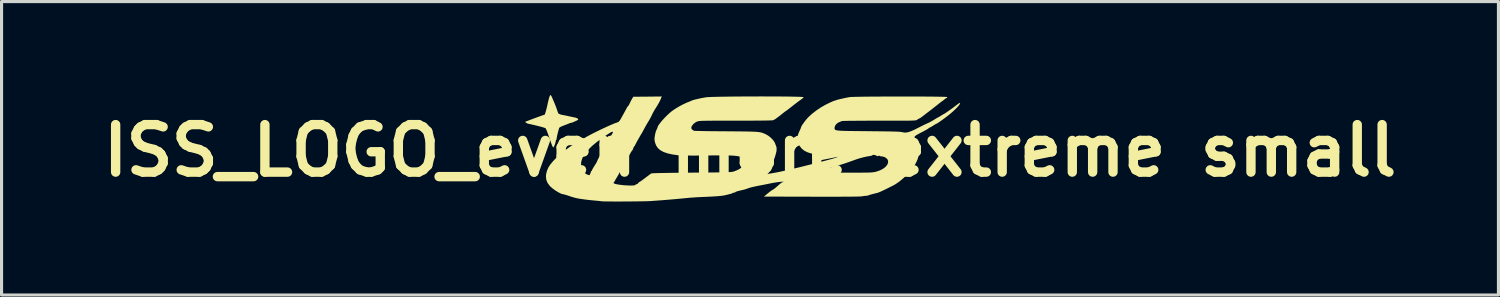
<source format=kicad_pcb>
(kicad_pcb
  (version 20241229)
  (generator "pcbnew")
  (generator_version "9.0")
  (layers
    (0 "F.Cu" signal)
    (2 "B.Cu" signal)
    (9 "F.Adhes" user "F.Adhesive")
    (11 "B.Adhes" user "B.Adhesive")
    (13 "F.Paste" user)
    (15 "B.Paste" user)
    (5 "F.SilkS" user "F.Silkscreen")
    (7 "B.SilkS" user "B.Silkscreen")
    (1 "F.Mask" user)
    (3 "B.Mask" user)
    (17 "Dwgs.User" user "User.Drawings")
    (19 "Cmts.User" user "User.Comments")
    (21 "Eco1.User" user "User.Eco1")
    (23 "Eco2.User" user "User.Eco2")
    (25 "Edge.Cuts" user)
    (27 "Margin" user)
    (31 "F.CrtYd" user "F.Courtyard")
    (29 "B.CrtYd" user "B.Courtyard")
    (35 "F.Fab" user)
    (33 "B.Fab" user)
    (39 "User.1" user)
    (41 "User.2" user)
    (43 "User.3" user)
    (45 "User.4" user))
  (footprint "ISS_LOGO_even more extreme small"
    (layer "F.Cu")
    (at 21.017 1.783)
    (property "Reference" "ISS_LOGO_even more extreme small" (at 0 0 0) (layer "F.SilkS") (effects (font (size 1.524 1.524) (thickness 0.3))))
    (attr board_only exclude_from_pos_files exclude_from_bom)
    (fp_poly (pts (xy -6.39 -1.773) (xy -6.367 -1.739) (xy -6.353 -1.708) (xy -6.33 -1.654) (xy -6.311 -1.609) (xy -6.304 -1.593) (xy -6.266 -1.504) (xy -6.235 -1.426) (xy -6.204 -1.341) (xy -6.196 -1.316) (xy -6.175 -1.257) (xy -6.158 -1.213) (xy -6.149 -1.19) (xy -6.148 -1.189) (xy -6.087 -1.163) (xy -6.041 -1.148) (xy -6 -1.141) (xy -5.953 -1.133) (xy -5.888 -1.12) (xy -5.823 -1.105) (xy -5.754 -1.09) (xy -5.69 -1.076) (xy -5.646 -1.068) (xy -5.582 -1.053) (xy -5.535 -1.032) (xy -5.512 -1.008) (xy -5.511 -1.003) (xy -5.526 -0.985) (xy -5.562 -0.963) (xy -5.583 -0.953) (xy -5.634 -0.932) (xy -5.674 -0.913) (xy -5.684 -0.908) (xy -5.722 -0.895) (xy -5.739 -0.893) (xy -5.776 -0.885) (xy -5.794 -0.877) (xy -5.822 -0.865) (xy -5.874 -0.844) (xy -5.939 -0.82) (xy -5.97 -0.808) (xy -6.043 -0.779) (xy -6.095 -0.752) (xy -6.123 -0.731) (xy -6.125 -0.727) (xy -6.147 -0.65) (xy -6.168 -0.57) (xy -6.185 -0.496) (xy -6.198 -0.436) (xy -6.202 -0.399) (xy -6.203 -0.397) (xy -6.209 -0.362) (xy -6.219 -0.346) (xy -6.233 -0.322) (xy -6.236 -0.295) (xy -6.242 -0.262) (xy -6.256 -0.216) (xy -6.274 -0.167) (xy -6.293 -0.126) (xy -6.307 -0.103) (xy -6.311 -0.101) (xy -6.324 -0.114) (xy -6.34 -0.139) (xy -6.352 -0.168) (xy -6.373 -0.222) (xy -6.4 -0.295) (xy -6.43 -0.381) (xy -6.448 -0.436) (xy -6.479 -0.525) (xy -6.509 -0.604) (xy -6.534 -0.666) (xy -6.552 -0.706) (xy -6.559 -0.717) (xy -6.583 -0.728) (xy -6.634 -0.745) (xy -6.707 -0.766) (xy -6.797 -0.789) (xy -6.897 -0.814) (xy -7.002 -0.838) (xy -7.102 -0.859) (xy -7.151 -0.875) (xy -7.189 -0.895) (xy -7.193 -0.899) (xy -7.21 -0.921) (xy -7.2 -0.932) (xy -7.187 -0.936) (xy -7.143 -0.952) (xy -7.121 -0.96) (xy -7.042 -0.991) (xy -6.971 -1.018) (xy -6.895 -1.046) (xy -6.803 -1.08) (xy -6.768 -1.092) (xy -6.584 -1.158) (xy -6.556 -1.249) (xy -6.536 -1.32) (xy -6.516 -1.4) (xy -6.507 -1.441) (xy -6.48 -1.563) (xy -6.456 -1.661) (xy -6.435 -1.731) (xy -6.417 -1.773) (xy -6.407 -1.783)) (stroke (width 0) (type solid)) (fill yes) (layer "F.SilkS"))
    (fp_poly (pts (xy 0.556 -1.738) (xy 0.746 -1.738) (xy 0.927 -1.737) (xy 1.096 -1.736) (xy 1.251 -1.734) (xy 1.389 -1.731) (xy 1.506 -1.729) (xy 1.601 -1.726) (xy 1.669 -1.722) (xy 1.709 -1.718) (xy 1.719 -1.715) (xy 1.706 -1.695) (xy 1.671 -1.664) (xy 1.631 -1.635) (xy 1.584 -1.601) (xy 1.519 -1.553) (xy 1.445 -1.496) (xy 1.369 -1.437) (xy 1.366 -1.435) (xy 1.297 -1.38) (xy 1.233 -1.331) (xy 1.182 -1.292) (xy 1.149 -1.269) (xy 1.146 -1.267) (xy 1.106 -1.24) (xy 1.079 -1.219) (xy 1.03 -1.179) (xy 0.973 -1.133) (xy 0.914 -1.088) (xy 0.858 -1.046) (xy 0.814 -1.014) (xy 0.786 -0.997) (xy 0.78 -0.994) (xy 0.756 -0.984) (xy 0.748 -0.977) (xy 0.727 -0.973) (xy 0.672 -0.97) (xy 0.584 -0.967) (xy 0.462 -0.965) (xy 0.307 -0.963) (xy 0.118 -0.962) (xy -0.105 -0.961) (xy -0.361 -0.96) (xy -0.451 -0.96) (xy -0.68 -0.961) (xy -0.877 -0.961) (xy -1.045 -0.96) (xy -1.187 -0.96) (xy -1.305 -0.959) (xy -1.402 -0.958) (xy -1.48 -0.957) (xy -1.542 -0.955) (xy -1.59 -0.952) (xy -1.627 -0.949) (xy -1.655 -0.945) (xy -1.676 -0.94) (xy -1.694 -0.934) (xy -1.71 -0.928) (xy -1.714 -0.926) (xy -1.775 -0.89) (xy -1.828 -0.841) (xy -1.867 -0.788) (xy -1.885 -0.739) (xy -1.885 -0.722) (xy -1.866 -0.685) (xy -1.846 -0.667) (xy -1.815 -0.648) (xy -1.803 -0.637) (xy -1.785 -0.635) (xy -1.737 -0.633) (xy -1.66 -0.631) (xy -1.558 -0.629) (xy -1.435 -0.626) (xy -1.293 -0.624) (xy -1.134 -0.623) (xy -0.962 -0.621) (xy -0.78 -0.62) (xy -0.775 -0.62) (xy -0.556 -0.618) (xy -0.368 -0.617) (xy -0.209 -0.615) (xy -0.074 -0.613) (xy 0.039 -0.61) (xy 0.131 -0.607) (xy 0.207 -0.602) (xy 0.27 -0.596) (xy 0.321 -0.589) (xy 0.364 -0.58) (xy 0.402 -0.568) (xy 0.438 -0.555) (xy 0.473 -0.54) (xy 0.511 -0.522) (xy 0.592 -0.474) (xy 0.671 -0.411) (xy 0.738 -0.341) (xy 0.787 -0.271) (xy 0.801 -0.24) (xy 0.821 -0.186) (xy 0.839 -0.14) (xy 0.845 -0.126) (xy 0.853 -0.087) (xy 0.853 -0.029) (xy 0.847 0.031) (xy 0.838 0.067) (xy 0.829 0.099) (xy 0.816 0.147) (xy 0.81 0.169) (xy 0.792 0.225) (xy 0.767 0.292) (xy 0.737 0.363) (xy 0.705 0.43) (xy 0.676 0.486) (xy 0.651 0.525) (xy 0.636 0.539) (xy 0.62 0.553) (xy 0.612 0.569) (xy 0.595 0.598) (xy 0.563 0.639) (xy 0.546 0.657) (xy 0.512 0.697) (xy 0.497 0.724) (xy 0.504 0.741) (xy 0.536 0.747) (xy 0.594 0.743) (xy 0.681 0.731) (xy 0.752 0.718) (xy 0.848 0.701) (xy 0.877 0.695) (xy 2.191 0.695) (xy 2.207 0.697) (xy 2.254 0.7) (xy 2.329 0.702) (xy 2.427 0.704) (xy 2.547 0.705) (xy 2.685 0.707) (xy 2.837 0.707) (xy 3.002 0.708) (xy 3.059 0.708) (xy 3.254 0.708) (xy 3.418 0.708) (xy 3.554 0.707) (xy 3.667 0.706) (xy 3.758 0.705) (xy 3.831 0.703) (xy 3.889 0.7) (xy 3.935 0.696) (xy 3.973 0.691) (xy 4.005 0.686) (xy 4.035 0.679) (xy 4.056 0.673) (xy 4.171 0.634) (xy 4.268 0.583) (xy 4.345 0.525) (xy 4.4 0.46) (xy 4.429 0.394) (xy 4.431 0.329) (xy 4.407 0.275) (xy 4.359 0.23) (xy 4.293 0.198) (xy 4.222 0.185) (xy 4.221 0.185) (xy 4.179 0.18) (xy 4.155 0.169) (xy 4.154 0.168) (xy 4.135 0.16) (xy 4.12 0.17) (xy 4.094 0.18) (xy 4.061 0.166) (xy 4.054 0.162) (xy 4.016 0.144) (xy 3.974 0.136) (xy 3.941 0.137) (xy 3.927 0.149) (xy 3.912 0.159) (xy 3.873 0.169) (xy 3.839 0.175) (xy 3.741 0.191) (xy 3.626 0.217) (xy 3.508 0.249) (xy 3.402 0.284) (xy 3.396 0.286) (xy 3.249 0.339) (xy 3.11 0.388) (xy 2.986 0.429) (xy 2.885 0.461) (xy 2.857 0.47) (xy 2.72 0.509) (xy 2.611 0.541) (xy 2.524 0.568) (xy 2.454 0.589) (xy 2.395 0.609) (xy 2.343 0.627) (xy 2.313 0.637) (xy 2.255 0.66) (xy 2.212 0.68) (xy 2.192 0.693) (xy 2.191 0.695) (xy 0.877 0.695) (xy 0.943 0.682) (xy 1.027 0.664) (xy 1.09 0.65) (xy 1.096 0.649) (xy 1.159 0.633) (xy 1.215 0.62) (xy 1.247 0.613) (xy 1.294 0.603) (xy 1.347 0.591) (xy 1.348 0.59) (xy 1.404 0.577) (xy 1.468 0.562) (xy 1.483 0.558) (xy 1.546 0.544) (xy 1.637 0.522) (xy 1.752 0.493) (xy 1.888 0.459) (xy 2.039 0.42) (xy 2.203 0.378) (xy 2.374 0.334) (xy 2.496 0.302) (xy 2.612 0.271) (xy 2.698 0.246) (xy 2.759 0.226) (xy 2.799 0.208) (xy 2.821 0.192) (xy 2.829 0.177) (xy 2.828 0.162) (xy 2.814 0.155) (xy 2.781 0.153) (xy 2.72 0.157) (xy 2.719 0.157) (xy 2.626 0.16) (xy 2.511 0.157) (xy 2.418 0.152) (xy 2.865 0.152) (xy 2.871 0.166) (xy 2.877 0.163) (xy 2.879 0.143) (xy 2.877 0.14) (xy 2.867 0.143) (xy 2.865 0.152) (xy 2.418 0.152) (xy 2.383 0.15) (xy 2.252 0.138) (xy 2.13 0.123) (xy 2.026 0.106) (xy 1.989 0.098) (xy 1.855 0.058) (xy 1.749 0.007) (xy 1.664 -0.059) (xy 1.596 -0.144) (xy 1.563 -0.202) (xy 1.526 -0.305) (xy 1.521 -0.416) (xy 1.547 -0.536) (xy 1.602 -0.66) (xy 1.623 -0.703) (xy 1.634 -0.735) (xy 1.635 -0.74) (xy 1.645 -0.77) (xy 1.673 -0.819) (xy 1.714 -0.879) (xy 1.762 -0.945) (xy 1.814 -1.009) (xy 1.864 -1.065) (xy 1.867 -1.068) (xy 1.984 -1.176) (xy 2.122 -1.284) (xy 2.27 -1.384) (xy 2.416 -1.468) (xy 2.436 -1.478) (xy 2.553 -1.535) (xy 2.644 -1.576) (xy 2.708 -1.601) (xy 2.739 -1.609) (xy 2.769 -1.619) (xy 2.773 -1.621) (xy 2.798 -1.63) (xy 2.849 -1.643) (xy 2.918 -1.66) (xy 2.997 -1.677) (xy 3.08 -1.695) (xy 3.158 -1.71) (xy 3.204 -1.718) (xy 3.239 -1.721) (xy 3.303 -1.723) (xy 3.394 -1.726) (xy 3.508 -1.728) (xy 3.643 -1.73) (xy 3.796 -1.732) (xy 3.965 -1.733) (xy 4.145 -1.734) (xy 4.334 -1.735) (xy 4.53 -1.736) (xy 4.729 -1.736) (xy 4.929 -1.736) (xy 5.126 -1.736) (xy 5.318 -1.736) (xy 5.501 -1.735) (xy 5.673 -1.734) (xy 5.831 -1.733) (xy 5.972 -1.731) (xy 6.093 -1.729) (xy 6.192 -1.727) (xy 6.264 -1.725) (xy 6.308 -1.722) (xy 6.32 -1.72) (xy 6.334 -1.706) (xy 6.318 -1.695) (xy 6.312 -1.692) (xy 6.272 -1.67) (xy 6.251 -1.653) (xy 6.215 -1.623) (xy 6.186 -1.601) (xy 6.15 -1.576) (xy 6.102 -1.54) (xy 6.078 -1.521) (xy 5.998 -1.457) (xy 5.909 -1.387) (xy 5.821 -1.318) (xy 5.743 -1.258) (xy 5.706 -1.23) (xy 5.649 -1.187) (xy 5.582 -1.135) (xy 5.537 -1.1) (xy 5.488 -1.064) (xy 5.448 -1.038) (xy 5.425 -1.028) (xy 5.399 -1.017) (xy 5.367 -0.994) (xy 5.36 -0.987) (xy 5.35 -0.981) (xy 5.337 -0.976) (xy 5.317 -0.972) (xy 5.288 -0.969) (xy 5.248 -0.966) (xy 5.194 -0.964) (xy 5.124 -0.962) (xy 5.036 -0.961) (xy 4.926 -0.961) (xy 4.794 -0.96) (xy 4.636 -0.96) (xy 4.449 -0.96) (xy 4.233 -0.96) (xy 4.143 -0.96) (xy 3.946 -0.96) (xy 3.759 -0.96) (xy 3.584 -0.959) (xy 3.425 -0.958) (xy 3.284 -0.957) (xy 3.163 -0.956) (xy 3.066 -0.954) (xy 2.995 -0.952) (xy 2.954 -0.95) (xy 2.943 -0.948) (xy 2.921 -0.935) (xy 2.919 -0.934) (xy 2.897 -0.928) (xy 2.858 -0.912) (xy 2.847 -0.907) (xy 2.781 -0.864) (xy 2.734 -0.807) (xy 2.714 -0.744) (xy 2.714 -0.735) (xy 2.714 -0.714) (xy 2.715 -0.697) (xy 2.721 -0.682) (xy 2.733 -0.669) (xy 2.753 -0.659) (xy 2.785 -0.651) (xy 2.831 -0.644) (xy 2.893 -0.639) (xy 2.973 -0.635) (xy 3.075 -0.632) (xy 3.199 -0.629) (xy 3.35 -0.628) (xy 3.528 -0.626) (xy 3.737 -0.624) (xy 3.801 -0.623) (xy 4.021 -0.621) (xy 4.21 -0.619) (xy 4.37 -0.617) (xy 4.504 -0.615) (xy 4.614 -0.612) (xy 4.702 -0.609) (xy 4.77 -0.606) (xy 4.822 -0.602) (xy 4.86 -0.597) (xy 4.886 -0.592) (xy 4.89 -0.591) (xy 4.95 -0.579) (xy 5.014 -0.58) (xy 5.088 -0.595) (xy 5.176 -0.626) (xy 5.283 -0.674) (xy 5.383 -0.725) (xy 5.471 -0.769) (xy 5.556 -0.812) (xy 5.631 -0.848) (xy 5.687 -0.873) (xy 5.697 -0.878) (xy 5.759 -0.907) (xy 5.833 -0.947) (xy 5.903 -0.988) (xy 5.904 -0.989) (xy 5.958 -1.023) (xy 6.001 -1.048) (xy 6.025 -1.061) (xy 6.027 -1.062) (xy 6.044 -1.07) (xy 6.082 -1.092) (xy 6.128 -1.121) (xy 6.176 -1.151) (xy 6.213 -1.172) (xy 6.229 -1.18) (xy 6.247 -1.189) (xy 6.286 -1.215) (xy 6.341 -1.253) (xy 6.407 -1.299) (xy 6.477 -1.349) (xy 6.546 -1.4) (xy 6.609 -1.448) (xy 6.637 -1.469) (xy 6.692 -1.51) (xy 6.726 -1.53) (xy 6.741 -1.529) (xy 6.742 -1.523) (xy 6.729 -1.489) (xy 6.693 -1.439) (xy 6.636 -1.376) (xy 6.564 -1.304) (xy 6.478 -1.226) (xy 6.416 -1.174) (xy 6.348 -1.12) (xy 6.273 -1.062) (xy 6.197 -1.006) (xy 6.124 -0.954) (xy 6.061 -0.91) (xy 6.011 -0.877) (xy 5.981 -0.861) (xy 5.976 -0.86) (xy 5.958 -0.851) (xy 5.921 -0.829) (xy 5.875 -0.801) (xy 5.826 -0.77) (xy 5.788 -0.749) (xy 5.771 -0.742) (xy 5.75 -0.732) (xy 5.732 -0.718) (xy 5.712 -0.702) (xy 5.682 -0.683) (xy 5.638 -0.658) (xy 5.576 -0.624) (xy 5.491 -0.58) (xy 5.431 -0.549) (xy 5.352 -0.505) (xy 5.301 -0.47) (xy 5.278 -0.44) (xy 5.28 -0.411) (xy 5.304 -0.379) (xy 5.324 -0.362) (xy 5.358 -0.323) (xy 5.392 -0.267) (xy 5.411 -0.227) (xy 5.438 -0.118) (xy 5.44 0.007) (xy 5.419 0.143) (xy 5.375 0.284) (xy 5.309 0.425) (xy 5.233 0.548) (xy 5.144 0.66) (xy 5.034 0.778) (xy 4.914 0.891) (xy 4.791 0.993) (xy 4.675 1.073) (xy 4.669 1.077) (xy 4.62 1.105) (xy 4.552 1.14) (xy 4.471 1.181) (xy 4.385 1.224) (xy 4.3 1.265) (xy 4.222 1.302) (xy 4.158 1.33) (xy 4.116 1.347) (xy 4.107 1.35) (xy 4.062 1.362) (xy 3.999 1.378) (xy 3.944 1.391) (xy 3.883 1.408) (xy 3.832 1.423) (xy 3.805 1.434) (xy 3.767 1.446) (xy 3.726 1.45) (xy 3.679 1.453) (xy 3.618 1.462) (xy 3.595 1.467) (xy 3.562 1.47) (xy 3.496 1.473) (xy 3.397 1.475) (xy 3.267 1.477) (xy 3.105 1.478) (xy 2.913 1.479) (xy 2.691 1.48) (xy 2.44 1.48) (xy 2.16 1.48) (xy 1.98 1.479) (xy 0.447 1.475) (xy 0.565 1.376) (xy 0.622 1.33) (xy 0.675 1.29) (xy 0.715 1.264) (xy 0.725 1.259) (xy 0.758 1.239) (xy 0.806 1.203) (xy 0.858 1.159) (xy 0.862 1.155) (xy 0.925 1.1) (xy 0.969 1.062) (xy 1 1.038) (xy 1.024 1.023) (xy 1.048 1.013) (xy 1.059 1.01) (xy 1.076 1.001) (xy 1.065 0.997) (xy 1.031 0.998) (xy 0.979 1.002) (xy 0.913 1.009) (xy 0.839 1.019) (xy 0.763 1.031) (xy 0.688 1.045) (xy 0.657 1.051) (xy 0.567 1.07) (xy 0.476 1.088) (xy 0.397 1.104) (xy 0.354 1.112) (xy 0.265 1.129) (xy 0.174 1.147) (xy 0.091 1.166) (xy 0.024 1.183) (xy -0.021 1.196) (xy -0.025 1.197) (xy -0.147 1.24) (xy -0.244 1.265) (xy -0.337 1.286) (xy -0.409 1.305) (xy -0.455 1.321) (xy -0.472 1.334) (xy -0.472 1.334) (xy -0.486 1.345) (xy -0.513 1.348) (xy -0.548 1.354) (xy -0.563 1.363) (xy -0.585 1.377) (xy -0.619 1.387) (xy -0.667 1.398) (xy -0.723 1.413) (xy -0.733 1.415) (xy -0.796 1.431) (xy -0.868 1.444) (xy -0.955 1.455) (xy -1.059 1.464) (xy -1.187 1.472) (xy -1.343 1.48) (xy -1.407 1.483) (xy -1.531 1.488) (xy -1.656 1.494) (xy -1.774 1.501) (xy -1.876 1.508) (xy -1.955 1.514) (xy -1.972 1.516) (xy -2.175 1.536) (xy -2.383 1.555) (xy -2.601 1.574) (xy -2.836 1.593) (xy -3.097 1.612) (xy -3.178 1.618) (xy -3.235 1.621) (xy -3.317 1.624) (xy -3.421 1.626) (xy -3.541 1.628) (xy -3.674 1.63) (xy -3.816 1.631) (xy -3.961 1.632) (xy -4.107 1.633) (xy -4.249 1.633) (xy -4.381 1.633) (xy -4.502 1.632) (xy -4.605 1.631) (xy -4.687 1.63) (xy -4.743 1.628) (xy -4.77 1.625) (xy -4.796 1.621) (xy -4.848 1.615) (xy -4.918 1.608) (xy -4.997 1.601) (xy -5.089 1.592) (xy -5.179 1.583) (xy -5.256 1.574) (xy -5.301 1.568) (xy -5.372 1.558) (xy -5.443 1.548) (xy -5.478 1.543) (xy -5.547 1.53) (xy -5.633 1.509) (xy -5.721 1.484) (xy -5.773 1.467) (xy -5.842 1.443) (xy -5.908 1.422) (xy -5.962 1.407) (xy -5.995 1.399) (xy -5.998 1.399) (xy -6.044 1.389) (xy -6.107 1.36) (xy -6.182 1.319) (xy -6.26 1.269) (xy -6.335 1.214) (xy -6.399 1.159) (xy -6.424 1.134) (xy -6.498 1.035) (xy -6.539 0.93) (xy -6.549 0.816) (xy -6.54 0.742) (xy -6.513 0.639) (xy -6.471 0.543) (xy -6.425 0.471) (xy -5.422 0.471) (xy -5.395 0.58) (xy -5.368 0.634) (xy -5.31 0.712) (xy -5.239 0.763) (xy -5.158 0.79) (xy -5.145 0.778) (xy -5.128 0.747) (xy -5.113 0.706) (xy -5.107 0.679) (xy -5.097 0.659) (xy -5.09 0.657) (xy -5.075 0.644) (xy -5.073 0.635) (xy -5.064 0.612) (xy -5.041 0.569) (xy -5.007 0.513) (xy -4.989 0.485) (xy -4.952 0.427) (xy -4.923 0.378) (xy -4.907 0.346) (xy -4.905 0.339) (xy -4.896 0.314) (xy -4.874 0.267) (xy -4.84 0.204) (xy -4.799 0.13) (xy -4.754 0.053) (xy -4.711 -0.017) (xy -4.67 -0.085) (xy -4.631 -0.155) (xy -4.603 -0.211) (xy -4.569 -0.275) (xy -4.527 -0.345) (xy -4.506 -0.377) (xy -4.476 -0.421) (xy -4.458 -0.454) (xy -4.456 -0.467) (xy -4.453 -0.485) (xy -4.435 -0.52) (xy -4.423 -0.537) (xy -4.4 -0.581) (xy -4.401 -0.603) (xy -4.428 -0.603) (xy -4.464 -0.588) (xy -4.494 -0.57) (xy -4.546 -0.538) (xy -4.611 -0.495) (xy -4.684 -0.446) (xy -4.694 -0.439) (xy -4.897 -0.292) (xy -5.067 -0.151) (xy -5.204 -0.015) (xy -5.308 0.115) (xy -5.379 0.239) (xy -5.417 0.358) (xy -5.422 0.471) (xy -6.425 0.471) (xy -6.409 0.447) (xy -6.325 0.345) (xy -6.253 0.269) (xy -6.147 0.168) (xy -6.024 0.063) (xy -5.891 -0.041) (xy -5.756 -0.139) (xy -5.627 -0.225) (xy -5.51 -0.293) (xy -5.478 -0.31) (xy -5.433 -0.333) (xy -5.373 -0.368) (xy -5.31 -0.405) (xy -5.309 -0.406) (xy -5.237 -0.448) (xy -5.146 -0.497) (xy -5.041 -0.552) (xy -4.926 -0.609) (xy -4.806 -0.668) (xy -4.687 -0.724) (xy -4.572 -0.777) (xy -4.468 -0.823) (xy -4.379 -0.861) (xy -4.31 -0.888) (xy -4.266 -0.901) (xy -4.265 -0.902) (xy -4.224 -0.919) (xy -4.185 -0.958) (xy -4.143 -1.024) (xy -4.139 -1.033) (xy -4.107 -1.091) (xy -4.07 -1.157) (xy -4.053 -1.188) (xy -4.017 -1.254) (xy -3.979 -1.324) (xy -3.964 -1.353) (xy -3.939 -1.397) (xy -3.918 -1.426) (xy -3.91 -1.433) (xy -3.896 -1.447) (xy -3.877 -1.482) (xy -3.87 -1.496) (xy -3.846 -1.548) (xy -3.814 -1.611) (xy -3.796 -1.643) (xy -3.748 -1.728) (xy -3.29 -1.732) (xy -2.832 -1.737) (xy -2.86 -1.665) (xy -2.89 -1.599) (xy -2.93 -1.522) (xy -2.985 -1.429) (xy -3.055 -1.318) (xy -3.087 -1.264) (xy -3.124 -1.194) (xy -3.154 -1.132) (xy -3.189 -1.06) (xy -3.23 -0.987) (xy -3.261 -0.935) (xy -3.294 -0.882) (xy -3.335 -0.811) (xy -3.378 -0.734) (xy -3.396 -0.699) (xy -3.431 -0.634) (xy -3.461 -0.579) (xy -3.482 -0.542) (xy -3.489 -0.531) (xy -3.505 -0.507) (xy -3.531 -0.463) (xy -3.564 -0.405) (xy -3.6 -0.341) (xy -3.635 -0.279) (xy -3.664 -0.224) (xy -3.684 -0.185) (xy -3.691 -0.168) (xy -3.703 -0.148) (xy -3.715 -0.136) (xy -3.737 -0.105) (xy -3.75 -0.066) (xy -3.764 -0.027) (xy -3.781 -0.004) (xy -3.798 0.016) (xy -3.824 0.058) (xy -3.856 0.115) (xy -3.867 0.135) (xy -3.91 0.213) (xy -3.958 0.297) (xy -4.002 0.369) (xy -4.003 0.371) (xy -4.043 0.437) (xy -4.09 0.52) (xy -4.134 0.604) (xy -4.15 0.634) (xy -4.19 0.713) (xy -4.234 0.793) (xy -4.274 0.861) (xy -4.287 0.883) (xy -4.318 0.933) (xy -4.34 0.973) (xy -4.349 0.993) (xy -4.362 1.012) (xy -4.37 1.016) (xy -4.382 1.027) (xy -4.37 1.047) (xy -4.343 1.063) (xy -4.289 1.077) (xy -4.217 1.09) (xy -4.131 1.102) (xy -4.038 1.111) (xy -3.944 1.117) (xy -3.856 1.121) (xy -3.779 1.12) (xy -3.72 1.116) (xy -3.685 1.106) (xy -3.679 1.1) (xy -3.658 1.082) (xy -3.64 1.079) (xy -3.607 1.065) (xy -3.59 1.045) (xy -3.569 1.018) (xy -3.556 1.011) (xy -3.537 1.002) (xy -3.497 0.975) (xy -3.442 0.936) (xy -3.376 0.887) (xy -3.367 0.879) (xy -3.299 0.828) (xy -3.24 0.784) (xy -3.195 0.751) (xy -3.17 0.733) (xy -3.169 0.732) (xy -3.148 0.729) (xy -3.095 0.726) (xy -3.013 0.723) (xy -2.905 0.72) (xy -2.771 0.718) (xy -2.615 0.715) (xy -2.439 0.712) (xy -2.244 0.71) (xy -2.034 0.708) (xy -1.871 0.707) (xy -1.633 0.705) (xy -1.426 0.703) (xy -1.248 0.702) (xy -1.097 0.7) (xy -0.97 0.698) (xy -0.864 0.696) (xy -0.778 0.694) (xy -0.708 0.692) (xy -0.653 0.689) (xy -0.61 0.685) (xy -0.577 0.682) (xy -0.551 0.677) (xy -0.529 0.672) (xy -0.51 0.666) (xy -0.506 0.664) (xy -0.411 0.627) (xy -0.339 0.589) (xy -0.279 0.545) (xy -0.247 0.516) (xy -0.197 0.456) (xy -0.173 0.396) (xy -0.171 0.323) (xy -0.172 0.318) (xy -0.181 0.279) (xy -0.205 0.25) (xy -0.246 0.226) (xy -0.284 0.208) (xy -0.326 0.193) (xy -0.376 0.181) (xy -0.437 0.171) (xy -0.511 0.164) (xy -0.601 0.158) (xy -0.711 0.155) (xy -0.843 0.153) (xy -1 0.153) (xy -1.185 0.154) (xy -1.376 0.156) (xy -1.565 0.158) (xy -1.739 0.159) (xy -1.897 0.159) (xy -2.035 0.158) (xy -2.15 0.156) (xy -2.238 0.154) (xy -2.296 0.15) (xy -2.301 0.15) (xy -2.489 0.123) (xy -2.647 0.088) (xy -2.776 0.043) (xy -2.879 -0.014) (xy -2.957 -0.082) (xy -3.012 -0.164) (xy -3.044 -0.247) (xy -3.059 -0.31) (xy -3.065 -0.362) (xy -3.062 -0.417) (xy -3.052 -0.486) (xy -3.038 -0.557) (xy -3.019 -0.623) (xy -3 -0.669) (xy -2.999 -0.671) (xy -2.978 -0.713) (xy -2.967 -0.744) (xy -2.966 -0.748) (xy -2.954 -0.784) (xy -2.921 -0.837) (xy -2.871 -0.903) (xy -2.809 -0.977) (xy -2.737 -1.055) (xy -2.661 -1.132) (xy -2.585 -1.203) (xy -2.512 -1.263) (xy -2.506 -1.268) (xy -2.405 -1.338) (xy -2.287 -1.41) (xy -2.161 -1.478) (xy -2.042 -1.534) (xy -1.978 -1.56) (xy -1.928 -1.579) (xy -1.89 -1.596) (xy -1.879 -1.602) (xy -1.851 -1.614) (xy -1.797 -1.63) (xy -1.723 -1.648) (xy -1.637 -1.668) (xy -1.546 -1.687) (xy -1.456 -1.703) (xy -1.412 -1.711) (xy -1.367 -1.715) (xy -1.295 -1.719) (xy -1.196 -1.723) (xy -1.076 -1.726) (xy -0.935 -1.729) (xy -0.778 -1.731) (xy -0.607 -1.734) (xy -0.424 -1.735) (xy -0.233 -1.737) (xy -0.037 -1.738) (xy 0.162 -1.738) (xy 0.361 -1.739)) (stroke (width 0) (type solid)) (fill yes) (layer "F.SilkS")))
  (gr_rect
    (start -3 -3)
    (end 45.033 6.416)
    (stroke (width 0.1) (type default))
    (fill no)
    (layer "Edge.Cuts")))
</source>
